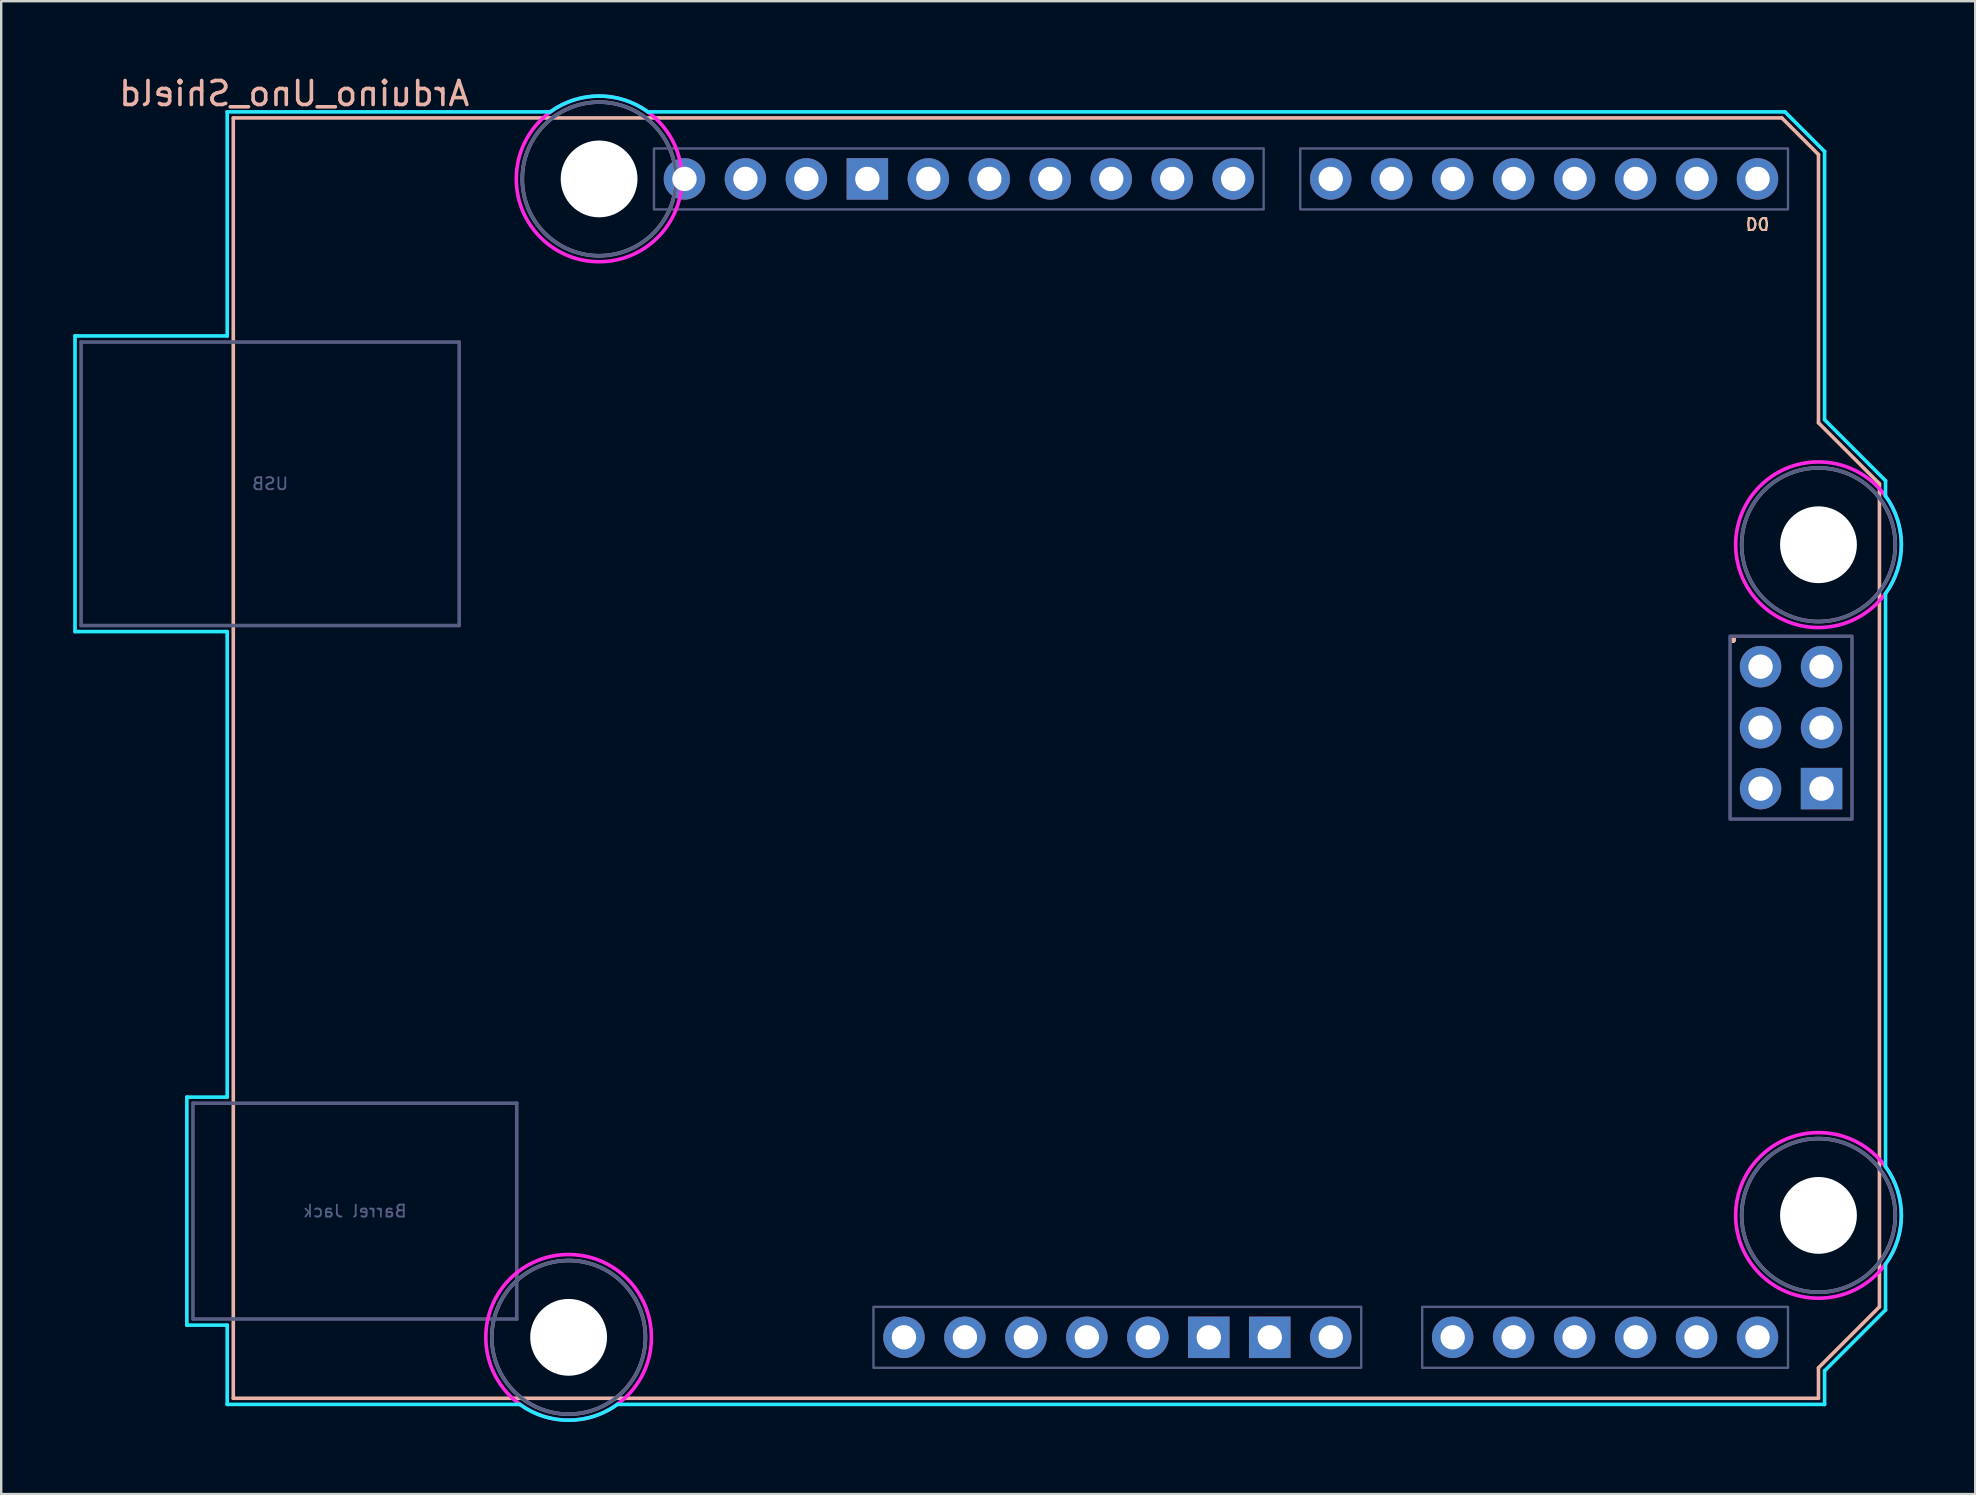
<source format=kicad_pcb>
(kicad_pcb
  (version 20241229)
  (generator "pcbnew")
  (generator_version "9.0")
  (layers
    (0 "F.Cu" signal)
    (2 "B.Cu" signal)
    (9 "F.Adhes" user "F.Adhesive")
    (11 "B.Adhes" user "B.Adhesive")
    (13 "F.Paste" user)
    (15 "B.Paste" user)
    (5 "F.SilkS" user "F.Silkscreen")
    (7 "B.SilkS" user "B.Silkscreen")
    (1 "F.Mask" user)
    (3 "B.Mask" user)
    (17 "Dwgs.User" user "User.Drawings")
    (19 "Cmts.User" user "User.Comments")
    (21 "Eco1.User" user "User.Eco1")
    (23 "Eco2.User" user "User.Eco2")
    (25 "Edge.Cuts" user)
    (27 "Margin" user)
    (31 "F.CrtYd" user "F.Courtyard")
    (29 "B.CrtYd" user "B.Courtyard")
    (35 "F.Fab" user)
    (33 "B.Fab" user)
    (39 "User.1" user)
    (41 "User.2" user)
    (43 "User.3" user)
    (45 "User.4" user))
  (footprint "Arduino_Uno_Shield"
    (layer "F.Cu")
    (at 6.669 55.204)
    (property "Reference" "Arduino_Uno_Shield" (at 2.54 -54.356 0) (layer "B.SilkS") (effects (font (size 1 1) (thickness 0.15)) (justify mirror)))
    (attr through_hole)
    (fp_line (start 0 -53.34) (end 0 0) (stroke (width 0.15) (type solid)) (layer "B.SilkS"))
    (fp_line (start 0 -53.34) (end 64.516 -53.34) (stroke (width 0.15) (type solid)) (layer "B.SilkS"))
    (fp_line (start 0 0) (end 66.04 0) (stroke (width 0.15) (type solid)) (layer "B.SilkS"))
    (fp_line (start 64.516 -53.34) (end 66.04 -51.816) (stroke (width 0.15) (type solid)) (layer "B.SilkS"))
    (fp_line (start 66.04 -40.64) (end 66.04 -51.816) (stroke (width 0.15) (type solid)) (layer "B.SilkS"))
    (fp_line (start 66.04 -1.27) (end 68.58 -3.81) (stroke (width 0.15) (type solid)) (layer "B.SilkS"))
    (fp_line (start 66.04 0) (end 66.04 -1.27) (stroke (width 0.15) (type solid)) (layer "B.SilkS"))
    (fp_line (start 68.58 -38.1) (end 66.04 -40.64) (stroke (width 0.15) (type solid)) (layer "B.SilkS"))
    (fp_line (start 68.58 -3.81) (end 68.58 -38.1) (stroke (width 0.15) (type solid)) (layer "B.SilkS"))
    (fp_line (start -6.594 -44.258) (end -0.254 -44.258) (stroke (width 0.15) (type solid)) (layer "B.CrtYd"))
    (fp_line (start -6.594 -31.94) (end -6.594 -44.258) (stroke (width 0.15) (type solid)) (layer "B.CrtYd"))
    (fp_line (start -1.934 -12.548) (end -1.934 -3.049) (stroke (width 0.15) (type solid)) (layer "B.CrtYd"))
    (fp_line (start -1.934 -12.548) (end -0.254 -12.548) (stroke (width 0.15) (type solid)) (layer "B.CrtYd"))
    (fp_line (start -1.934 -3.049) (end -0.254 -3.049) (stroke (width 0.15) (type solid)) (layer "B.CrtYd"))
    (fp_line (start -0.254 -53.594) (end -0.254 -44.258) (stroke (width 0.15) (type solid)) (layer "B.CrtYd"))
    (fp_line (start -0.254 -31.94) (end -6.594 -31.94) (stroke (width 0.15) (type solid)) (layer "B.CrtYd"))
    (fp_line (start -0.254 -31.94) (end -0.254 -12.548) (stroke (width 0.15) (type solid)) (layer "B.CrtYd"))
    (fp_line (start -0.254 -3.049) (end -0.254 0.254) (stroke (width 0.15) (type solid)) (layer "B.CrtYd"))
    (fp_line (start 11.938 0.254) (end -0.254 0.254) (stroke (width 0.15) (type solid)) (layer "B.CrtYd"))
    (fp_line (start 13.208 -53.594) (end -0.254 -53.594) (stroke (width 0.15) (type solid)) (layer "B.CrtYd"))
    (fp_line (start 16.002 0.254) (end 66.294 0.254) (stroke (width 0.15) (type solid)) (layer "B.CrtYd"))
    (fp_line (start 17.272 -53.594) (end 64.643 -53.594) (stroke (width 0.15) (type solid)) (layer "B.CrtYd"))
    (fp_line (start 64.643 -53.594) (end 66.294 -51.943) (stroke (width 0.15) (type solid)) (layer "B.CrtYd"))
    (fp_line (start 66.294 -40.767) (end 66.294 -51.943) (stroke (width 0.15) (type solid)) (layer "B.CrtYd"))
    (fp_line (start 66.294 -1.143) (end 68.834 -3.683) (stroke (width 0.15) (type solid)) (layer "B.CrtYd"))
    (fp_line (start 66.294 0.254) (end 66.294 -1.143) (stroke (width 0.15) (type solid)) (layer "B.CrtYd"))
    (fp_line (start 68.834 -38.227) (end 66.294 -40.767) (stroke (width 0.15) (type solid)) (layer "B.CrtYd"))
    (fp_line (start 68.834 -38.227) (end 68.834 -37.592) (stroke (width 0.15) (type solid)) (layer "B.CrtYd"))
    (fp_line (start 68.834 -9.652) (end 68.834 -33.528) (stroke (width 0.15) (type solid)) (layer "B.CrtYd"))
    (fp_line (start 68.834 -5.588) (end 68.834 -3.683) (stroke (width 0.15) (type solid)) (layer "B.CrtYd"))
    (fp_arc (start 13.208 -53.594) (mid 15.24 -54.254237) (end 17.272 -53.594) (stroke (width 0.15) (type solid)) (layer "B.CrtYd"))
    (fp_arc (start 16.002 0.254) (mid 13.97 0.914237) (end 11.938 0.254) (stroke (width 0.15) (type solid)) (layer "B.CrtYd"))
    (fp_arc (start 68.834 -37.592) (mid 69.494238 -35.56) (end 68.834 -33.528) (stroke (width 0.15) (type solid)) (layer "B.CrtYd"))
    (fp_arc (start 68.834 -9.652) (mid 69.494238 -7.62) (end 68.834 -5.588) (stroke (width 0.15) (type solid)) (layer "B.CrtYd"))
    (fp_circle (center 13.97 -2.54) (end 17.42 -2.54) (stroke (width 0.15) (type solid)) (fill no) (layer "F.CrtYd"))
    (fp_circle (center 15.24 -50.8) (end 18.69 -50.8) (stroke (width 0.15) (type solid)) (fill no) (layer "F.CrtYd"))
    (fp_circle (center 66.04 -35.56) (end 69.49 -35.56) (stroke (width 0.15) (type solid)) (fill no) (layer "F.CrtYd"))
    (fp_circle (center 66.04 -7.62) (end 69.49 -7.62) (stroke (width 0.15) (type solid)) (fill no) (layer "F.CrtYd"))
    (fp_line (start -6.34 -44.004) (end 9.41 -44.004) (stroke (width 0.15) (type solid)) (layer "B.Fab"))
    (fp_line (start -6.34 -32.194) (end -6.34 -44.004) (stroke (width 0.15) (type solid)) (layer "B.Fab"))
    (fp_line (start -6.34 -32.194) (end 9.41 -32.194) (stroke (width 0.15) (type solid)) (layer "B.Fab"))
    (fp_line (start -1.68 -12.294) (end -1.68 -3.303) (stroke (width 0.15) (type solid)) (layer "B.Fab"))
    (fp_line (start -1.68 -12.294) (end 11.81 -12.294) (stroke (width 0.15) (type solid)) (layer "B.Fab"))
    (fp_line (start -1.68 -3.303) (end 11.81 -3.303) (stroke (width 0.15) (type solid)) (layer "B.Fab"))
    (fp_line (start 9.41 -32.194) (end 9.41 -44.004) (stroke (width 0.15) (type solid)) (layer "B.Fab"))
    (fp_line (start 11.81 -12.294) (end 11.81 -3.303) (stroke (width 0.15) (type solid)) (layer "B.Fab"))
    (fp_rect (start 17.526 -52.07) (end 42.926 -49.53) (stroke (width 0.1) (type solid)) (fill no) (layer "B.Fab"))
    (fp_rect (start 26.67 -3.81) (end 46.99 -1.27) (stroke (width 0.1) (type solid)) (fill no) (layer "B.Fab"))
    (fp_rect (start 44.45 -52.07) (end 64.77 -49.53) (stroke (width 0.1) (type solid)) (fill no) (layer "B.Fab"))
    (fp_rect (start 49.53 -3.81) (end 64.77 -1.27) (stroke (width 0.1) (type solid)) (fill no) (layer "B.Fab"))
    (fp_rect (start 62.357 -31.75) (end 67.437 -24.13) (stroke (width 0.15) (type solid)) (fill no) (layer "B.Fab"))
    (fp_circle (center 13.97 -2.54) (end 17.17 -2.54) (stroke (width 0.15) (type solid)) (fill no) (layer "B.Fab"))
    (fp_circle (center 15.24 -50.8) (end 18.44 -50.8) (stroke (width 0.15) (type solid)) (fill no) (layer "B.Fab"))
    (fp_circle (center 66.04 -35.56) (end 69.24 -35.56) (stroke (width 0.15) (type solid)) (fill no) (layer "B.Fab"))
    (fp_circle (center 66.04 -7.62) (end 69.24 -7.62) (stroke (width 0.15) (type solid)) (fill no) (layer "B.Fab"))
    (fp_circle (center 13.97 -2.54) (end 17.17 -2.54) (stroke (width 0.15) (type solid)) (fill no) (layer "F.Fab"))
    (fp_circle (center 15.24 -50.8) (end 18.44 -50.8) (stroke (width 0.15) (type solid)) (fill no) (layer "F.Fab"))
    (fp_circle (center 66.04 -35.56) (end 69.24 -35.56) (stroke (width 0.15) (type solid)) (fill no) (layer "F.Fab"))
    (fp_circle (center 66.04 -7.62) (end 69.24 -7.62) (stroke (width 0.15) (type solid)) (fill no) (layer "F.Fab"))
    (fp_text user "." (at 62.484 -32.004 0) (layer "F.SilkS") (effects (font (size 1 1) (thickness 0.15))))
    (fp_text user "D0" (at 63.5 -48.895 0) (unlocked yes) (layer "F.SilkS") (effects (font (size 0.5 0.5) (thickness 0.075))))
    (fp_text user "." (at 62.484 -32.004 0) (layer "B.SilkS") (effects (font (size 1 1) (thickness 0.15))))
    (fp_text user "D0" (at 63.5 -48.895 0) (unlocked yes) (layer "B.SilkS") (effects (font (size 0.5 0.5) (thickness 0.075)) (justify mirror)))
    (fp_text user "USB" (at 1.535 -38.099 0) (layer "B.Fab") (effects (font (size 0.5 0.5) (thickness 0.075)) (justify mirror)))
    (fp_text user "Barrel Jack" (at 5.065 -7.798 0) (layer "B.Fab") (effects (font (size 0.5 0.5) (thickness 0.075)) (justify mirror)))
    (pad "" np_thru_hole circle (at 13.97 -2.54) (size 3.2 3.2) (drill 3.2) (layers "*.Cu" "*.Mask"))
    (pad "" np_thru_hole circle (at 15.24 -50.8) (size 3.2 3.2) (drill 3.2) (layers "*.Cu" "*.Mask"))
    (pad "" thru_hole oval (at 27.94 -2.54) (size 1.727 1.727) (drill 1.016) (layers "*.Cu" "*.Mask"))
    (pad "" np_thru_hole circle (at 66.04 -35.56) (size 3.2 3.2) (drill 3.2) (layers "*.Cu" "*.Mask"))
    (pad "" np_thru_hole circle (at 66.04 -7.62) (size 3.2 3.2) (drill 3.2) (layers "*.Cu" "*.Mask"))
    (pad "3V3" thru_hole oval (at 35.56 -2.54) (size 1.727 1.727) (drill 1.016) (layers "*.Cu" "*.Mask"))
    (pad "5V1" thru_hole oval (at 38.1 -2.54) (size 1.727 1.727) (drill 1.016) (layers "*.Cu" "*.Mask"))
    (pad "5V2" thru_hole oval (at 66.167 -30.48) (size 1.727 1.727) (drill 1.016) (layers "*.Cu" "*.Mask"))
    (pad "A0" thru_hole oval (at 50.8 -2.54) (size 1.727 1.727) (drill 1.016) (layers "*.Cu" "*.Mask"))
    (pad "A1" thru_hole oval (at 53.34 -2.54) (size 1.727 1.727) (drill 1.016) (layers "*.Cu" "*.Mask"))
    (pad "A2" thru_hole oval (at 55.88 -2.54) (size 1.727 1.727) (drill 1.016) (layers "*.Cu" "*.Mask"))
    (pad "A3" thru_hole oval (at 58.42 -2.54) (size 1.727 1.727) (drill 1.016) (layers "*.Cu" "*.Mask"))
    (pad "A4" thru_hole oval (at 60.96 -2.54) (size 1.727 1.727) (drill 1.016) (layers "*.Cu" "*.Mask"))
    (pad "A5" thru_hole oval (at 63.5 -2.54) (size 1.727 1.727) (drill 1.016) (layers "*.Cu" "*.Mask"))
    (pad "AREF" thru_hole oval (at 23.876 -50.8) (size 1.727 1.727) (drill 1.016) (layers "*.Cu" "*.Mask"))
    (pad "D0" thru_hole oval (at 63.5 -50.8) (size 1.727 1.727) (drill 1.016) (layers "*.Cu" "*.Mask"))
    (pad "D1" thru_hole oval (at 60.96 -50.8) (size 1.727 1.727) (drill 1.016) (layers "*.Cu" "*.Mask"))
    (pad "D2" thru_hole oval (at 58.42 -50.8) (size 1.727 1.727) (drill 1.016) (layers "*.Cu" "*.Mask"))
    (pad "D3" thru_hole oval (at 55.88 -50.8) (size 1.727 1.727) (drill 1.016) (layers "*.Cu" "*.Mask"))
    (pad "D4" thru_hole oval (at 53.34 -50.8) (size 1.727 1.727) (drill 1.016) (layers "*.Cu" "*.Mask"))
    (pad "D5" thru_hole oval (at 50.8 -50.8) (size 1.727 1.727) (drill 1.016) (layers "*.Cu" "*.Mask"))
    (pad "D6" thru_hole oval (at 48.26 -50.8) (size 1.727 1.727) (drill 1.016) (layers "*.Cu" "*.Mask"))
    (pad "D7" thru_hole oval (at 45.72 -50.8) (size 1.727 1.727) (drill 1.016) (layers "*.Cu" "*.Mask"))
    (pad "D8" thru_hole oval (at 41.656 -50.8) (size 1.727 1.727) (drill 1.016) (layers "*.Cu" "*.Mask"))
    (pad "D9" thru_hole oval (at 39.116 -50.8) (size 1.727 1.727) (drill 1.016) (layers "*.Cu" "*.Mask"))
    (pad "D10" thru_hole oval (at 36.576 -50.8) (size 1.727 1.727) (drill 1.016) (layers "*.Cu" "*.Mask"))
    (pad "D11" thru_hole oval (at 34.036 -50.8) (size 1.727 1.727) (drill 1.016) (layers "*.Cu" "*.Mask"))
    (pad "D12" thru_hole oval (at 31.496 -50.8) (size 1.727 1.727) (drill 1.016) (layers "*.Cu" "*.Mask"))
    (pad "D13" thru_hole oval (at 28.956 -50.8) (size 1.727 1.727) (drill 1.016) (layers "*.Cu" "*.Mask"))
    (pad "GND1" thru_hole rect (at 26.416 -50.8) (size 1.727 1.727) (drill 1.016) (layers "*.Cu" "*.Mask"))
    (pad "GND2" thru_hole rect (at 40.64 -2.54) (size 1.727 1.727) (drill 1.016) (layers "*.Cu" "*.Mask"))
    (pad "GND3" thru_hole rect (at 43.18 -2.54) (size 1.727 1.727) (drill 1.016) (layers "*.Cu" "*.Mask"))
    (pad "GND4" thru_hole rect (at 66.167 -25.4) (size 1.727 1.727) (drill 1.016) (layers "*.Cu" "*.Mask"))
    (pad "IORF" thru_hole oval (at 30.48 -2.54) (size 1.727 1.727) (drill 1.016) (layers "*.Cu" "*.Mask"))
    (pad "MISO" thru_hole oval (at 63.627 -30.48) (size 1.727 1.727) (drill 1.016) (layers "*.Cu" "*.Mask"))
    (pad "MOSI" thru_hole oval (at 66.167 -27.94) (size 1.727 1.727) (drill 1.016) (layers "*.Cu" "*.Mask"))
    (pad "RST1" thru_hole oval (at 33.02 -2.54) (size 1.727 1.727) (drill 1.016) (layers "*.Cu" "*.Mask"))
    (pad "RST2" thru_hole oval (at 63.627 -25.4) (size 1.727 1.727) (drill 1.016) (layers "*.Cu" "*.Mask"))
    (pad "SCK" thru_hole oval (at 63.627 -27.94) (size 1.727 1.727) (drill 1.016) (layers "*.Cu" "*.Mask"))
    (pad "SCL" thru_hole oval (at 18.796 -50.8) (size 1.727 1.727) (drill 1.016) (layers "*.Cu" "*.Mask"))
    (pad "SDA" thru_hole oval (at 21.336 -50.8) (size 1.727 1.727) (drill 1.016) (layers "*.Cu" "*.Mask"))
    (pad "VIN" thru_hole oval (at 45.72 -2.54) (size 1.727 1.727) (drill 1.016) (layers "*.Cu" "*.Mask")))
  (gr_rect
    (start -3 -3)
    (end 79.238 59.193)
    (stroke (width 0.1) (type default))
    (fill no)
    (layer "Edge.Cuts")))
</source>
